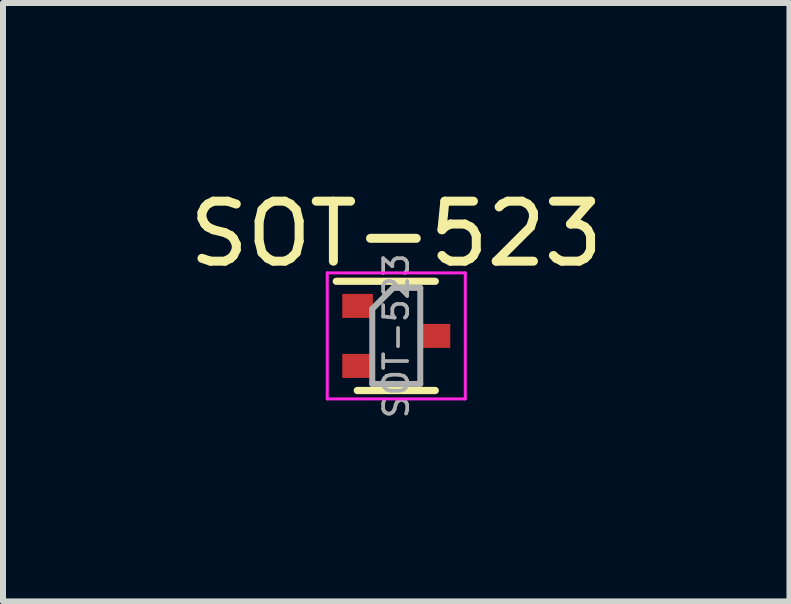
<source format=kicad_pcb>
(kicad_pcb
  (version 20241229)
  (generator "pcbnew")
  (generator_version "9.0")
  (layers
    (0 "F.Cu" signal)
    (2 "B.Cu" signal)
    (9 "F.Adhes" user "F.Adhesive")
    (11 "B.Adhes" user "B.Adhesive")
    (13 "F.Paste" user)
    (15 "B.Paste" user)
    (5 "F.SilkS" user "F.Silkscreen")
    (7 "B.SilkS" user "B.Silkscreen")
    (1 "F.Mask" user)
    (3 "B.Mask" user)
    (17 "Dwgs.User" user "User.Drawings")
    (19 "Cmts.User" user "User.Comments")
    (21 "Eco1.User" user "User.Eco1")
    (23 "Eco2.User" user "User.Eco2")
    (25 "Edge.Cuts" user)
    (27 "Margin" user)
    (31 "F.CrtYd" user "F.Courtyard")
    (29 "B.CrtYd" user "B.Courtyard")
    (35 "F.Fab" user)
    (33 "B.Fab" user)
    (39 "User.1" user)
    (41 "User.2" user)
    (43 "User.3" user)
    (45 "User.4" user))
  (footprint "SOT-523"
    (layer "F.Cu")
    (at 3.554 2.548)
    (property "Reference" "SOT-523" (at 0 -1.7 0) (layer "F.SilkS") (effects (font (size 1 1) (thickness 0.15))))
    (attr smd)
    (fp_line (start -1 -0.91) (end 0.65 -0.91) (stroke (width 0.12) (type solid)) (layer "F.SilkS"))
    (fp_line (start 0.65 0.91) (end -0.65 0.91) (stroke (width 0.12) (type solid)) (layer "F.SilkS"))
    (fp_line (start -1.15 -1.05) (end -1.15 1.05) (stroke (width 0.05) (type solid)) (layer "F.CrtYd"))
    (fp_line (start -1.15 -1.05) (end 1.15 -1.05) (stroke (width 0.05) (type solid)) (layer "F.CrtYd"))
    (fp_line (start 1.15 1.05) (end -1.15 1.05) (stroke (width 0.05) (type solid)) (layer "F.CrtYd"))
    (fp_line (start 1.15 1.05) (end 1.15 -1.05) (stroke (width 0.05) (type solid)) (layer "F.CrtYd"))
    (fp_line (start -0.4 -0.45) (end -0.4 0.8) (stroke (width 0.1) (type solid)) (layer "F.Fab"))
    (fp_line (start -0.4 -0.45) (end -0.05 -0.8) (stroke (width 0.1) (type solid)) (layer "F.Fab"))
    (fp_line (start -0.4 0.8) (end 0.4 0.8) (stroke (width 0.1) (type solid)) (layer "F.Fab"))
    (fp_line (start 0.4 -0.8) (end -0.05 -0.8) (stroke (width 0.1) (type solid)) (layer "F.Fab"))
    (fp_line (start 0.4 0.8) (end 0.4 -0.8) (stroke (width 0.1) (type solid)) (layer "F.Fab"))
    (fp_text user "${REFERENCE}" (at 0 0 270) (layer "F.Fab") (effects (font (size 0.4 0.4) (thickness 0.062))))
    (pad "1" smd rect (at -0.645 -0.5 180) (size 0.51 0.4) (layers "F.Cu" "F.Mask" "F.Paste"))
    (pad "2" smd rect (at -0.645 0.5 180) (size 0.51 0.4) (layers "F.Cu" "F.Mask" "F.Paste"))
    (pad "3" smd rect (at 0.645 0 180) (size 0.51 0.4) (layers "F.Cu" "F.Mask" "F.Paste")))
  (gr_rect
    (start -3 -3)
    (end 10.107 6.973)
    (stroke (width 0.1) (type default))
    (fill no)
    (layer "Edge.Cuts")))
</source>
